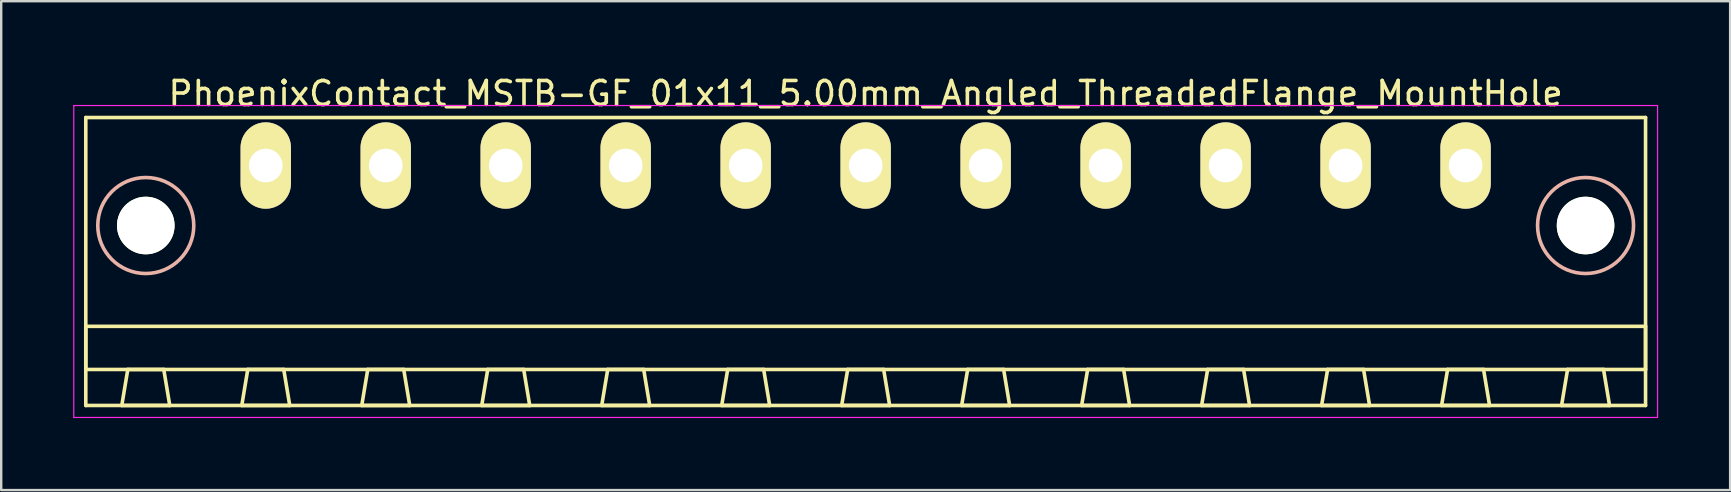
<source format=kicad_pcb>
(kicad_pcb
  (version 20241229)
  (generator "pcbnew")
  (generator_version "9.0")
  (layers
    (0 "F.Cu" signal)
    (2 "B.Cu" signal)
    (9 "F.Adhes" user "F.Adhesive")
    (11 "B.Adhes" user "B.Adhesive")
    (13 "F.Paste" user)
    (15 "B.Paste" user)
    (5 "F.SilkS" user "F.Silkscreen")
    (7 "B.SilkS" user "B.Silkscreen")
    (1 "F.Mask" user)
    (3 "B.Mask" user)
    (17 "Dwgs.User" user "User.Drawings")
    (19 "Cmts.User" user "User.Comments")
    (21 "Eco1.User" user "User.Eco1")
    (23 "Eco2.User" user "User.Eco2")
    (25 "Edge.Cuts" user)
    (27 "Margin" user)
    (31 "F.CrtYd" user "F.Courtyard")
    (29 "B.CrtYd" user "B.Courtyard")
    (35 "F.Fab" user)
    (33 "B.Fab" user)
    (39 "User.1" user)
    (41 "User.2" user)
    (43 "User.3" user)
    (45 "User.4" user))
  (footprint "PhoenixContact_MSTB-GF_01x11_5.00mm_Angled_ThreadedFlange_MountHole"
    (layer "F.Cu")
    (at 8.025 3.848)
    (property "Reference" "PhoenixContact_MSTB-GF_01x11_5.00mm_Angled_ThreadedFlange_MountHole" (at 25 -3 0) (layer "F.SilkS") (effects (font (size 1 1) (thickness 0.15))))
    (attr through_hole)
    (fp_line (start -7.5 -2) (end -7.5 10) (stroke (width 0.15) (type solid)) (layer "F.SilkS"))
    (fp_line (start -7.5 6.7) (end 57.5 6.7) (stroke (width 0.15) (type solid)) (layer "F.SilkS"))
    (fp_line (start -7.5 8.5) (end -7.5 6.7) (stroke (width 0.15) (type solid)) (layer "F.SilkS"))
    (fp_line (start -7.5 10) (end 57.5 10) (stroke (width 0.15) (type solid)) (layer "F.SilkS"))
    (fp_line (start -6 10) (end -4 10) (stroke (width 0.15) (type solid)) (layer "F.SilkS"))
    (fp_line (start -5.75 8.5) (end -6 10) (stroke (width 0.15) (type solid)) (layer "F.SilkS"))
    (fp_line (start -4.25 8.5) (end -5.75 8.5) (stroke (width 0.15) (type solid)) (layer "F.SilkS"))
    (fp_line (start -4 10) (end -4.25 8.5) (stroke (width 0.15) (type solid)) (layer "F.SilkS"))
    (fp_line (start -1 10) (end 1 10) (stroke (width 0.15) (type solid)) (layer "F.SilkS"))
    (fp_line (start -0.75 8.5) (end -1 10) (stroke (width 0.15) (type solid)) (layer "F.SilkS"))
    (fp_line (start 0.75 8.5) (end -0.75 8.5) (stroke (width 0.15) (type solid)) (layer "F.SilkS"))
    (fp_line (start 1 10) (end 0.75 8.5) (stroke (width 0.15) (type solid)) (layer "F.SilkS"))
    (fp_line (start 4 10) (end 6 10) (stroke (width 0.15) (type solid)) (layer "F.SilkS"))
    (fp_line (start 4.25 8.5) (end 4 10) (stroke (width 0.15) (type solid)) (layer "F.SilkS"))
    (fp_line (start 5.75 8.5) (end 4.25 8.5) (stroke (width 0.15) (type solid)) (layer "F.SilkS"))
    (fp_line (start 6 10) (end 5.75 8.5) (stroke (width 0.15) (type solid)) (layer "F.SilkS"))
    (fp_line (start 9 10) (end 11 10) (stroke (width 0.15) (type solid)) (layer "F.SilkS"))
    (fp_line (start 9.25 8.5) (end 9 10) (stroke (width 0.15) (type solid)) (layer "F.SilkS"))
    (fp_line (start 10.75 8.5) (end 9.25 8.5) (stroke (width 0.15) (type solid)) (layer "F.SilkS"))
    (fp_line (start 11 10) (end 10.75 8.5) (stroke (width 0.15) (type solid)) (layer "F.SilkS"))
    (fp_line (start 14 10) (end 16 10) (stroke (width 0.15) (type solid)) (layer "F.SilkS"))
    (fp_line (start 14.25 8.5) (end 14 10) (stroke (width 0.15) (type solid)) (layer "F.SilkS"))
    (fp_line (start 15.75 8.5) (end 14.25 8.5) (stroke (width 0.15) (type solid)) (layer "F.SilkS"))
    (fp_line (start 16 10) (end 15.75 8.5) (stroke (width 0.15) (type solid)) (layer "F.SilkS"))
    (fp_line (start 19 10) (end 21 10) (stroke (width 0.15) (type solid)) (layer "F.SilkS"))
    (fp_line (start 19.25 8.5) (end 19 10) (stroke (width 0.15) (type solid)) (layer "F.SilkS"))
    (fp_line (start 20.75 8.5) (end 19.25 8.5) (stroke (width 0.15) (type solid)) (layer "F.SilkS"))
    (fp_line (start 21 10) (end 20.75 8.5) (stroke (width 0.15) (type solid)) (layer "F.SilkS"))
    (fp_line (start 24 10) (end 26 10) (stroke (width 0.15) (type solid)) (layer "F.SilkS"))
    (fp_line (start 24.25 8.5) (end 24 10) (stroke (width 0.15) (type solid)) (layer "F.SilkS"))
    (fp_line (start 25.75 8.5) (end 24.25 8.5) (stroke (width 0.15) (type solid)) (layer "F.SilkS"))
    (fp_line (start 26 10) (end 25.75 8.5) (stroke (width 0.15) (type solid)) (layer "F.SilkS"))
    (fp_line (start 29 10) (end 31 10) (stroke (width 0.15) (type solid)) (layer "F.SilkS"))
    (fp_line (start 29.25 8.5) (end 29 10) (stroke (width 0.15) (type solid)) (layer "F.SilkS"))
    (fp_line (start 30.75 8.5) (end 29.25 8.5) (stroke (width 0.15) (type solid)) (layer "F.SilkS"))
    (fp_line (start 31 10) (end 30.75 8.5) (stroke (width 0.15) (type solid)) (layer "F.SilkS"))
    (fp_line (start 34 10) (end 36 10) (stroke (width 0.15) (type solid)) (layer "F.SilkS"))
    (fp_line (start 34.25 8.5) (end 34 10) (stroke (width 0.15) (type solid)) (layer "F.SilkS"))
    (fp_line (start 35.75 8.5) (end 34.25 8.5) (stroke (width 0.15) (type solid)) (layer "F.SilkS"))
    (fp_line (start 36 10) (end 35.75 8.5) (stroke (width 0.15) (type solid)) (layer "F.SilkS"))
    (fp_line (start 39 10) (end 41 10) (stroke (width 0.15) (type solid)) (layer "F.SilkS"))
    (fp_line (start 39.25 8.5) (end 39 10) (stroke (width 0.15) (type solid)) (layer "F.SilkS"))
    (fp_line (start 40.75 8.5) (end 39.25 8.5) (stroke (width 0.15) (type solid)) (layer "F.SilkS"))
    (fp_line (start 41 10) (end 40.75 8.5) (stroke (width 0.15) (type solid)) (layer "F.SilkS"))
    (fp_line (start 44 10) (end 46 10) (stroke (width 0.15) (type solid)) (layer "F.SilkS"))
    (fp_line (start 44.25 8.5) (end 44 10) (stroke (width 0.15) (type solid)) (layer "F.SilkS"))
    (fp_line (start 45.75 8.5) (end 44.25 8.5) (stroke (width 0.15) (type solid)) (layer "F.SilkS"))
    (fp_line (start 46 10) (end 45.75 8.5) (stroke (width 0.15) (type solid)) (layer "F.SilkS"))
    (fp_line (start 49 10) (end 51 10) (stroke (width 0.15) (type solid)) (layer "F.SilkS"))
    (fp_line (start 49.25 8.5) (end 49 10) (stroke (width 0.15) (type solid)) (layer "F.SilkS"))
    (fp_line (start 50.75 8.5) (end 49.25 8.5) (stroke (width 0.15) (type solid)) (layer "F.SilkS"))
    (fp_line (start 51 10) (end 50.75 8.5) (stroke (width 0.15) (type solid)) (layer "F.SilkS"))
    (fp_line (start 54 10) (end 56 10) (stroke (width 0.15) (type solid)) (layer "F.SilkS"))
    (fp_line (start 54.25 8.5) (end 54 10) (stroke (width 0.15) (type solid)) (layer "F.SilkS"))
    (fp_line (start 55.75 8.5) (end 54.25 8.5) (stroke (width 0.15) (type solid)) (layer "F.SilkS"))
    (fp_line (start 56 10) (end 55.75 8.5) (stroke (width 0.15) (type solid)) (layer "F.SilkS"))
    (fp_line (start 57.5 -2) (end -7.5 -2) (stroke (width 0.15) (type solid)) (layer "F.SilkS"))
    (fp_line (start 57.5 6.7) (end 57.5 8.5) (stroke (width 0.15) (type solid)) (layer "F.SilkS"))
    (fp_line (start 57.5 8.5) (end -7.5 8.5) (stroke (width 0.15) (type solid)) (layer "F.SilkS"))
    (fp_line (start 57.5 10) (end 57.5 -2) (stroke (width 0.15) (type solid)) (layer "F.SilkS"))
    (fp_circle (center -5 2.5) (end -3 2.5) (stroke (width 0.15) (type solid)) (fill no) (layer "B.SilkS"))
    (fp_circle (center 55 2.5) (end 57 2.5) (stroke (width 0.15) (type solid)) (fill no) (layer "B.SilkS"))
    (fp_line (start -8 -2.5) (end -8 10.5) (stroke (width 0.05) (type solid)) (layer "F.CrtYd"))
    (fp_line (start -8 10.5) (end 58 10.5) (stroke (width 0.05) (type solid)) (layer "F.CrtYd"))
    (fp_line (start 58 -2.5) (end -8 -2.5) (stroke (width 0.05) (type solid)) (layer "F.CrtYd"))
    (fp_line (start 58 10.5) (end 58 -2.5) (stroke (width 0.05) (type solid)) (layer "F.CrtYd"))
    (pad "" np_thru_hole circle (at -5 2.5) (size 2.4 2.4) (drill 2.4) (layers "*.Cu" "*.Mask" "F.SilkS"))
    (pad "" np_thru_hole circle (at 55 2.5) (size 2.4 2.4) (drill 2.4) (layers "*.Cu" "*.Mask" "F.SilkS"))
    (pad "1" thru_hole oval (at 0 0) (size 2.1 3.6) (drill 1.4) (layers "*.Cu" "*.Mask" "F.SilkS"))
    (pad "2" thru_hole oval (at 5 0) (size 2.1 3.6) (drill 1.4) (layers "*.Cu" "*.Mask" "F.SilkS"))
    (pad "3" thru_hole oval (at 10 0) (size 2.1 3.6) (drill 1.4) (layers "*.Cu" "*.Mask" "F.SilkS"))
    (pad "4" thru_hole oval (at 15 0) (size 2.1 3.6) (drill 1.4) (layers "*.Cu" "*.Mask" "F.SilkS"))
    (pad "5" thru_hole oval (at 20 0) (size 2.1 3.6) (drill 1.4) (layers "*.Cu" "*.Mask" "F.SilkS"))
    (pad "6" thru_hole oval (at 25 0) (size 2.1 3.6) (drill 1.4) (layers "*.Cu" "*.Mask" "F.SilkS"))
    (pad "7" thru_hole oval (at 30 0) (size 2.1 3.6) (drill 1.4) (layers "*.Cu" "*.Mask" "F.SilkS"))
    (pad "8" thru_hole oval (at 35 0) (size 2.1 3.6) (drill 1.4) (layers "*.Cu" "*.Mask" "F.SilkS"))
    (pad "9" thru_hole oval (at 40 0) (size 2.1 3.6) (drill 1.4) (layers "*.Cu" "*.Mask" "F.SilkS"))
    (pad "10" thru_hole oval (at 45 0) (size 2.1 3.6) (drill 1.4) (layers "*.Cu" "*.Mask" "F.SilkS"))
    (pad "11" thru_hole oval (at 50 0) (size 2.1 3.6) (drill 1.4) (layers "*.Cu" "*.Mask" "F.SilkS")))
  (gr_rect
    (start -3 -3)
    (end 69.05 17.373)
    (stroke (width 0.1) (type default))
    (fill no)
    (layer "Edge.Cuts")))
</source>
